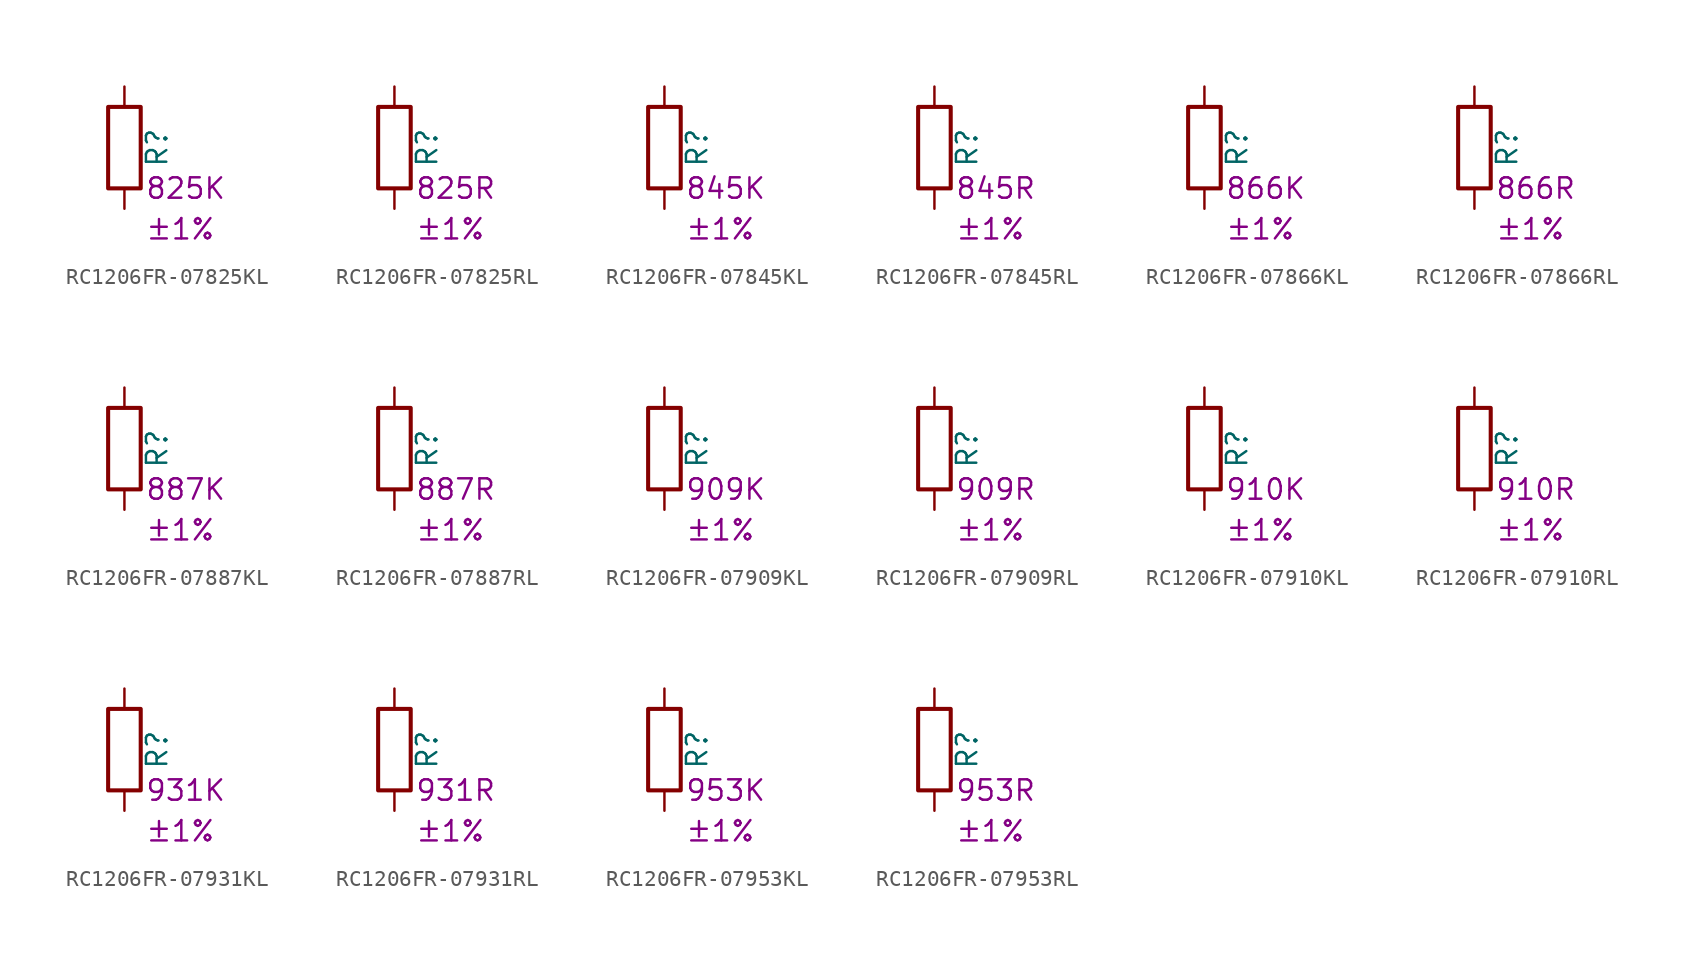
<source format=kicad_sym>
(kicad_symbol_lib
  (version 20220914)
  (generator kicad_symbol_editor)
  (symbol "RC1206FR-07825KL"
    (pin_numbers hide)
    (pin_names
      (offset 0))
    (property "Reference" "R"
      (at 2.032 0 90)
      (effects (font (size 1.27 1.27))))
    (property "Resistance" "825K"
      (at 1.27 -2.54 0)
      (effects (font (size 1.27 1.27)) (justify left)))
    (property "Tolerance" "±1%"
      (at 1.27 -5.08 0)
      (effects (font (size 1.27 1.27)) (justify left)))
    (symbol "RC1206FR-07825KL_0_1"
      (rectangle (start -1.016 -2.54) (end 1.016 2.54) (stroke (width 0.254) (type default)) (fill (type none))))
    (symbol "RC1206FR-07825KL_1_1"
      (pin passive line (at 0 3.81 270) (length 1.27) (name "~" (effects (font (size 1.27 1.27)))) (number "1" (effects (font (size 1.27 1.27)))))
      (pin passive line (at 0 -3.81 90) (length 1.27) (name "~" (effects (font (size 1.27 1.27)))) (number "2" (effects (font (size 1.27 1.27)))))))
  (symbol "RC1206FR-07825RL"
    (pin_numbers hide)
    (pin_names
      (offset 0))
    (property "Reference" "R"
      (at 2.032 0 90)
      (effects (font (size 1.27 1.27))))
    (property "Resistance" "825R"
      (at 1.27 -2.54 0)
      (effects (font (size 1.27 1.27)) (justify left)))
    (property "Tolerance" "±1%"
      (at 1.27 -5.08 0)
      (effects (font (size 1.27 1.27)) (justify left)))
    (symbol "RC1206FR-07825RL_0_1"
      (rectangle (start -1.016 -2.54) (end 1.016 2.54) (stroke (width 0.254) (type default)) (fill (type none))))
    (symbol "RC1206FR-07825RL_1_1"
      (pin passive line (at 0 3.81 270) (length 1.27) (name "~" (effects (font (size 1.27 1.27)))) (number "1" (effects (font (size 1.27 1.27)))))
      (pin passive line (at 0 -3.81 90) (length 1.27) (name "~" (effects (font (size 1.27 1.27)))) (number "2" (effects (font (size 1.27 1.27)))))))
  (symbol "RC1206FR-07845KL"
    (pin_numbers hide)
    (pin_names
      (offset 0))
    (property "Reference" "R"
      (at 2.032 0 90)
      (effects (font (size 1.27 1.27))))
    (property "Resistance" "845K"
      (at 1.27 -2.54 0)
      (effects (font (size 1.27 1.27)) (justify left)))
    (property "Tolerance" "±1%"
      (at 1.27 -5.08 0)
      (effects (font (size 1.27 1.27)) (justify left)))
    (symbol "RC1206FR-07845KL_0_1"
      (rectangle (start -1.016 -2.54) (end 1.016 2.54) (stroke (width 0.254) (type default)) (fill (type none))))
    (symbol "RC1206FR-07845KL_1_1"
      (pin passive line (at 0 3.81 270) (length 1.27) (name "~" (effects (font (size 1.27 1.27)))) (number "1" (effects (font (size 1.27 1.27)))))
      (pin passive line (at 0 -3.81 90) (length 1.27) (name "~" (effects (font (size 1.27 1.27)))) (number "2" (effects (font (size 1.27 1.27)))))))
  (symbol "RC1206FR-07845RL"
    (pin_numbers hide)
    (pin_names
      (offset 0))
    (property "Reference" "R"
      (at 2.032 0 90)
      (effects (font (size 1.27 1.27))))
    (property "Resistance" "845R"
      (at 1.27 -2.54 0)
      (effects (font (size 1.27 1.27)) (justify left)))
    (property "Tolerance" "±1%"
      (at 1.27 -5.08 0)
      (effects (font (size 1.27 1.27)) (justify left)))
    (symbol "RC1206FR-07845RL_0_1"
      (rectangle (start -1.016 -2.54) (end 1.016 2.54) (stroke (width 0.254) (type default)) (fill (type none))))
    (symbol "RC1206FR-07845RL_1_1"
      (pin passive line (at 0 3.81 270) (length 1.27) (name "~" (effects (font (size 1.27 1.27)))) (number "1" (effects (font (size 1.27 1.27)))))
      (pin passive line (at 0 -3.81 90) (length 1.27) (name "~" (effects (font (size 1.27 1.27)))) (number "2" (effects (font (size 1.27 1.27)))))))
  (symbol "RC1206FR-07866KL"
    (pin_numbers hide)
    (pin_names
      (offset 0))
    (property "Reference" "R"
      (at 2.032 0 90)
      (effects (font (size 1.27 1.27))))
    (property "Resistance" "866K"
      (at 1.27 -2.54 0)
      (effects (font (size 1.27 1.27)) (justify left)))
    (property "Tolerance" "±1%"
      (at 1.27 -5.08 0)
      (effects (font (size 1.27 1.27)) (justify left)))
    (symbol "RC1206FR-07866KL_0_1"
      (rectangle (start -1.016 -2.54) (end 1.016 2.54) (stroke (width 0.254) (type default)) (fill (type none))))
    (symbol "RC1206FR-07866KL_1_1"
      (pin passive line (at 0 3.81 270) (length 1.27) (name "~" (effects (font (size 1.27 1.27)))) (number "1" (effects (font (size 1.27 1.27)))))
      (pin passive line (at 0 -3.81 90) (length 1.27) (name "~" (effects (font (size 1.27 1.27)))) (number "2" (effects (font (size 1.27 1.27)))))))
  (symbol "RC1206FR-07866RL"
    (pin_numbers hide)
    (pin_names
      (offset 0))
    (property "Reference" "R"
      (at 2.032 0 90)
      (effects (font (size 1.27 1.27))))
    (property "Resistance" "866R"
      (at 1.27 -2.54 0)
      (effects (font (size 1.27 1.27)) (justify left)))
    (property "Tolerance" "±1%"
      (at 1.27 -5.08 0)
      (effects (font (size 1.27 1.27)) (justify left)))
    (symbol "RC1206FR-07866RL_0_1"
      (rectangle (start -1.016 -2.54) (end 1.016 2.54) (stroke (width 0.254) (type default)) (fill (type none))))
    (symbol "RC1206FR-07866RL_1_1"
      (pin passive line (at 0 3.81 270) (length 1.27) (name "~" (effects (font (size 1.27 1.27)))) (number "1" (effects (font (size 1.27 1.27)))))
      (pin passive line (at 0 -3.81 90) (length 1.27) (name "~" (effects (font (size 1.27 1.27)))) (number "2" (effects (font (size 1.27 1.27)))))))
  (symbol "RC1206FR-07887KL"
    (pin_numbers hide)
    (pin_names
      (offset 0))
    (property "Reference" "R"
      (at 2.032 0 90)
      (effects (font (size 1.27 1.27))))
    (property "Resistance" "887K"
      (at 1.27 -2.54 0)
      (effects (font (size 1.27 1.27)) (justify left)))
    (property "Tolerance" "±1%"
      (at 1.27 -5.08 0)
      (effects (font (size 1.27 1.27)) (justify left)))
    (symbol "RC1206FR-07887KL_0_1"
      (rectangle (start -1.016 -2.54) (end 1.016 2.54) (stroke (width 0.254) (type default)) (fill (type none))))
    (symbol "RC1206FR-07887KL_1_1"
      (pin passive line (at 0 3.81 270) (length 1.27) (name "~" (effects (font (size 1.27 1.27)))) (number "1" (effects (font (size 1.27 1.27)))))
      (pin passive line (at 0 -3.81 90) (length 1.27) (name "~" (effects (font (size 1.27 1.27)))) (number "2" (effects (font (size 1.27 1.27)))))))
  (symbol "RC1206FR-07887RL"
    (pin_numbers hide)
    (pin_names
      (offset 0))
    (property "Reference" "R"
      (at 2.032 0 90)
      (effects (font (size 1.27 1.27))))
    (property "Resistance" "887R"
      (at 1.27 -2.54 0)
      (effects (font (size 1.27 1.27)) (justify left)))
    (property "Tolerance" "±1%"
      (at 1.27 -5.08 0)
      (effects (font (size 1.27 1.27)) (justify left)))
    (symbol "RC1206FR-07887RL_0_1"
      (rectangle (start -1.016 -2.54) (end 1.016 2.54) (stroke (width 0.254) (type default)) (fill (type none))))
    (symbol "RC1206FR-07887RL_1_1"
      (pin passive line (at 0 3.81 270) (length 1.27) (name "~" (effects (font (size 1.27 1.27)))) (number "1" (effects (font (size 1.27 1.27)))))
      (pin passive line (at 0 -3.81 90) (length 1.27) (name "~" (effects (font (size 1.27 1.27)))) (number "2" (effects (font (size 1.27 1.27)))))))
  (symbol "RC1206FR-07909KL"
    (pin_numbers hide)
    (pin_names
      (offset 0))
    (property "Reference" "R"
      (at 2.032 0 90)
      (effects (font (size 1.27 1.27))))
    (property "Resistance" "909K"
      (at 1.27 -2.54 0)
      (effects (font (size 1.27 1.27)) (justify left)))
    (property "Tolerance" "±1%"
      (at 1.27 -5.08 0)
      (effects (font (size 1.27 1.27)) (justify left)))
    (symbol "RC1206FR-07909KL_0_1"
      (rectangle (start -1.016 -2.54) (end 1.016 2.54) (stroke (width 0.254) (type default)) (fill (type none))))
    (symbol "RC1206FR-07909KL_1_1"
      (pin passive line (at 0 3.81 270) (length 1.27) (name "~" (effects (font (size 1.27 1.27)))) (number "1" (effects (font (size 1.27 1.27)))))
      (pin passive line (at 0 -3.81 90) (length 1.27) (name "~" (effects (font (size 1.27 1.27)))) (number "2" (effects (font (size 1.27 1.27)))))))
  (symbol "RC1206FR-07909RL"
    (pin_numbers hide)
    (pin_names
      (offset 0))
    (property "Reference" "R"
      (at 2.032 0 90)
      (effects (font (size 1.27 1.27))))
    (property "Resistance" "909R"
      (at 1.27 -2.54 0)
      (effects (font (size 1.27 1.27)) (justify left)))
    (property "Tolerance" "±1%"
      (at 1.27 -5.08 0)
      (effects (font (size 1.27 1.27)) (justify left)))
    (symbol "RC1206FR-07909RL_0_1"
      (rectangle (start -1.016 -2.54) (end 1.016 2.54) (stroke (width 0.254) (type default)) (fill (type none))))
    (symbol "RC1206FR-07909RL_1_1"
      (pin passive line (at 0 3.81 270) (length 1.27) (name "~" (effects (font (size 1.27 1.27)))) (number "1" (effects (font (size 1.27 1.27)))))
      (pin passive line (at 0 -3.81 90) (length 1.27) (name "~" (effects (font (size 1.27 1.27)))) (number "2" (effects (font (size 1.27 1.27)))))))
  (symbol "RC1206FR-07910KL"
    (pin_numbers hide)
    (pin_names
      (offset 0))
    (property "Reference" "R"
      (at 2.032 0 90)
      (effects (font (size 1.27 1.27))))
    (property "Resistance" "910K"
      (at 1.27 -2.54 0)
      (effects (font (size 1.27 1.27)) (justify left)))
    (property "Tolerance" "±1%"
      (at 1.27 -5.08 0)
      (effects (font (size 1.27 1.27)) (justify left)))
    (symbol "RC1206FR-07910KL_0_1"
      (rectangle (start -1.016 -2.54) (end 1.016 2.54) (stroke (width 0.254) (type default)) (fill (type none))))
    (symbol "RC1206FR-07910KL_1_1"
      (pin passive line (at 0 3.81 270) (length 1.27) (name "~" (effects (font (size 1.27 1.27)))) (number "1" (effects (font (size 1.27 1.27)))))
      (pin passive line (at 0 -3.81 90) (length 1.27) (name "~" (effects (font (size 1.27 1.27)))) (number "2" (effects (font (size 1.27 1.27)))))))
  (symbol "RC1206FR-07910RL"
    (pin_numbers hide)
    (pin_names
      (offset 0))
    (property "Reference" "R"
      (at 2.032 0 90)
      (effects (font (size 1.27 1.27))))
    (property "Resistance" "910R"
      (at 1.27 -2.54 0)
      (effects (font (size 1.27 1.27)) (justify left)))
    (property "Tolerance" "±1%"
      (at 1.27 -5.08 0)
      (effects (font (size 1.27 1.27)) (justify left)))
    (symbol "RC1206FR-07910RL_0_1"
      (rectangle (start -1.016 -2.54) (end 1.016 2.54) (stroke (width 0.254) (type default)) (fill (type none))))
    (symbol "RC1206FR-07910RL_1_1"
      (pin passive line (at 0 3.81 270) (length 1.27) (name "~" (effects (font (size 1.27 1.27)))) (number "1" (effects (font (size 1.27 1.27)))))
      (pin passive line (at 0 -3.81 90) (length 1.27) (name "~" (effects (font (size 1.27 1.27)))) (number "2" (effects (font (size 1.27 1.27)))))))
  (symbol "RC1206FR-07931KL"
    (pin_numbers hide)
    (pin_names
      (offset 0))
    (property "Reference" "R"
      (at 2.032 0 90)
      (effects (font (size 1.27 1.27))))
    (property "Resistance" "931K"
      (at 1.27 -2.54 0)
      (effects (font (size 1.27 1.27)) (justify left)))
    (property "Tolerance" "±1%"
      (at 1.27 -5.08 0)
      (effects (font (size 1.27 1.27)) (justify left)))
    (symbol "RC1206FR-07931KL_0_1"
      (rectangle (start -1.016 -2.54) (end 1.016 2.54) (stroke (width 0.254) (type default)) (fill (type none))))
    (symbol "RC1206FR-07931KL_1_1"
      (pin passive line (at 0 3.81 270) (length 1.27) (name "~" (effects (font (size 1.27 1.27)))) (number "1" (effects (font (size 1.27 1.27)))))
      (pin passive line (at 0 -3.81 90) (length 1.27) (name "~" (effects (font (size 1.27 1.27)))) (number "2" (effects (font (size 1.27 1.27)))))))
  (symbol "RC1206FR-07931RL"
    (pin_numbers hide)
    (pin_names
      (offset 0))
    (property "Reference" "R"
      (at 2.032 0 90)
      (effects (font (size 1.27 1.27))))
    (property "Resistance" "931R"
      (at 1.27 -2.54 0)
      (effects (font (size 1.27 1.27)) (justify left)))
    (property "Tolerance" "±1%"
      (at 1.27 -5.08 0)
      (effects (font (size 1.27 1.27)) (justify left)))
    (symbol "RC1206FR-07931RL_0_1"
      (rectangle (start -1.016 -2.54) (end 1.016 2.54) (stroke (width 0.254) (type default)) (fill (type none))))
    (symbol "RC1206FR-07931RL_1_1"
      (pin passive line (at 0 3.81 270) (length 1.27) (name "~" (effects (font (size 1.27 1.27)))) (number "1" (effects (font (size 1.27 1.27)))))
      (pin passive line (at 0 -3.81 90) (length 1.27) (name "~" (effects (font (size 1.27 1.27)))) (number "2" (effects (font (size 1.27 1.27)))))))
  (symbol "RC1206FR-07953KL"
    (pin_numbers hide)
    (pin_names
      (offset 0))
    (property "Reference" "R"
      (at 2.032 0 90)
      (effects (font (size 1.27 1.27))))
    (property "Resistance" "953K"
      (at 1.27 -2.54 0)
      (effects (font (size 1.27 1.27)) (justify left)))
    (property "Tolerance" "±1%"
      (at 1.27 -5.08 0)
      (effects (font (size 1.27 1.27)) (justify left)))
    (symbol "RC1206FR-07953KL_0_1"
      (rectangle (start -1.016 -2.54) (end 1.016 2.54) (stroke (width 0.254) (type default)) (fill (type none))))
    (symbol "RC1206FR-07953KL_1_1"
      (pin passive line (at 0 3.81 270) (length 1.27) (name "~" (effects (font (size 1.27 1.27)))) (number "1" (effects (font (size 1.27 1.27)))))
      (pin passive line (at 0 -3.81 90) (length 1.27) (name "~" (effects (font (size 1.27 1.27)))) (number "2" (effects (font (size 1.27 1.27)))))))
  (symbol "RC1206FR-07953RL"
    (pin_numbers hide)
    (pin_names
      (offset 0))
    (property "Reference" "R"
      (at 2.032 0 90)
      (effects (font (size 1.27 1.27))))
    (property "Resistance" "953R"
      (at 1.27 -2.54 0)
      (effects (font (size 1.27 1.27)) (justify left)))
    (property "Tolerance" "±1%"
      (at 1.27 -5.08 0)
      (effects (font (size 1.27 1.27)) (justify left)))
    (symbol "RC1206FR-07953RL_0_1"
      (rectangle (start -1.016 -2.54) (end 1.016 2.54) (stroke (width 0.254) (type default)) (fill (type none))))
    (symbol "RC1206FR-07953RL_1_1"
      (pin passive line (at 0 3.81 270) (length 1.27) (name "~" (effects (font (size 1.27 1.27)))) (number "1" (effects (font (size 1.27 1.27)))))
      (pin passive line (at 0 -3.81 90) (length 1.27) (name "~" (effects (font (size 1.27 1.27)))) (number "2" (effects (font (size 1.27 1.27))))))))
</source>
